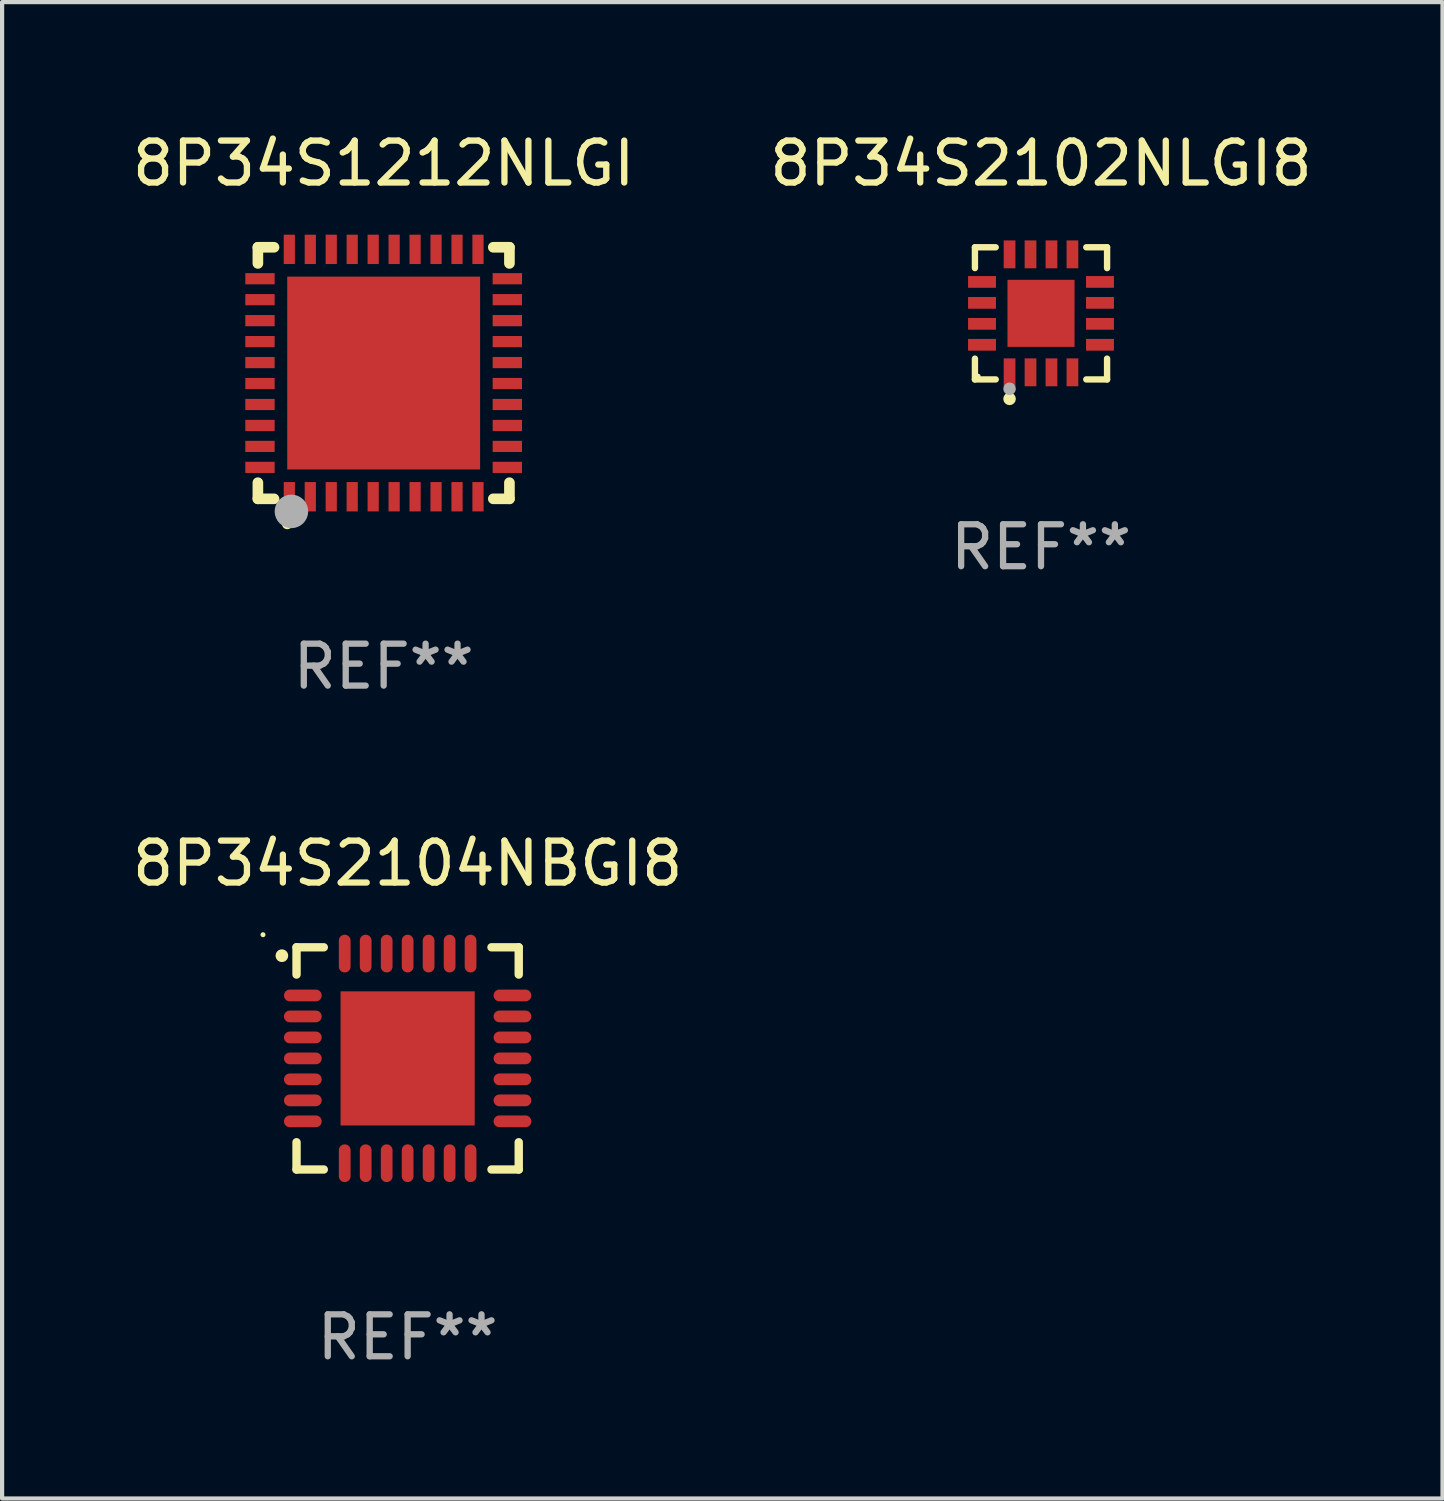
<source format=kicad_pcb>
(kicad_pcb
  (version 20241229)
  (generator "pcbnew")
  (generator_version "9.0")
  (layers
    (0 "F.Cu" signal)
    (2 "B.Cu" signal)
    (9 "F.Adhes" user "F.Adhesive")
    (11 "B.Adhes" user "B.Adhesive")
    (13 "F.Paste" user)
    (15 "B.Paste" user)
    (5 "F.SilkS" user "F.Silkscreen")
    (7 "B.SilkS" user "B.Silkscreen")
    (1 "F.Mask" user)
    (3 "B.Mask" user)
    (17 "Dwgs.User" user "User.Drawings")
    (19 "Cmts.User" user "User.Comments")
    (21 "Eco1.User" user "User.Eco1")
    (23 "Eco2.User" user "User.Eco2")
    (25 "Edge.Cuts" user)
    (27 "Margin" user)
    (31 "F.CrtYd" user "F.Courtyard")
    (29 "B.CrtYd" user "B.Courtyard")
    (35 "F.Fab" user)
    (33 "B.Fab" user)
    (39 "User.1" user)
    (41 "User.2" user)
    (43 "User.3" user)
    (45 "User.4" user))
  (footprint "8P34S1212NLGI"
    (layer "F.Cu")
    (at 6.101 5.848)
    (property "Reference" "8P34S1212NLGI" (at 0 -5 0) (layer "F.SilkS") (effects (font (size 1 1) (thickness 0.15))))
    (attr through_hole)
    (fp_line (start -3 -3) (end -2.615 -3) (stroke (width 0.254) (type solid)) (layer "F.SilkS"))
    (fp_line (start -3 -2.615) (end -3 -3) (stroke (width 0.254) (type solid)) (layer "F.SilkS"))
    (fp_line (start -3 3) (end -3 2.615) (stroke (width 0.254) (type solid)) (layer "F.SilkS"))
    (fp_line (start -2.615 3) (end -3 3) (stroke (width 0.254) (type solid)) (layer "F.SilkS"))
    (fp_line (start 2.615 -3) (end 3 -3) (stroke (width 0.254) (type solid)) (layer "F.SilkS"))
    (fp_line (start 3 -3) (end 3 -2.615) (stroke (width 0.254) (type solid)) (layer "F.SilkS"))
    (fp_line (start 3 2.615) (end 3 3) (stroke (width 0.254) (type solid)) (layer "F.SilkS"))
    (fp_line (start 3 3) (end 2.615 3) (stroke (width 0.254) (type solid)) (layer "F.SilkS"))
    (fp_arc (start -2.3 3.6) (mid -2.29873 3.599994) (end -2.29746 3.6) (stroke (width 0.24892) (type solid)) (layer "F.SilkS"))
    (fp_circle (center -3 3) (end -2.97 3) (stroke (width 0.06) (type solid)) (fill no) (layer "F.SilkS"))
    (fp_circle (center -2.2 3.3) (end -2 3.3) (stroke (width 0.4) (type solid)) (fill no) (layer "F.Fab"))
    (fp_text user "REF**" (at 0 7 0) (layer "F.Fab") (effects (font (size 1 1) (thickness 0.15))))
    (pad "1" smd rect (at -2.25 2.95) (size 0.267 0.7) (layers "F.Cu" "F.Mask" "F.Paste"))
    (pad "2" smd rect (at -1.75 2.95) (size 0.267 0.7) (layers "F.Cu" "F.Mask" "F.Paste"))
    (pad "3" smd rect (at -1.25 2.95) (size 0.267 0.7) (layers "F.Cu" "F.Mask" "F.Paste"))
    (pad "4" smd rect (at -0.75 2.95) (size 0.267 0.7) (layers "F.Cu" "F.Mask" "F.Paste"))
    (pad "5" smd rect (at -0.25 2.95) (size 0.267 0.7) (layers "F.Cu" "F.Mask" "F.Paste"))
    (pad "6" smd rect (at 0.25 2.95) (size 0.267 0.7) (layers "F.Cu" "F.Mask" "F.Paste"))
    (pad "7" smd rect (at 0.75 2.95) (size 0.267 0.7) (layers "F.Cu" "F.Mask" "F.Paste"))
    (pad "8" smd rect (at 1.25 2.95) (size 0.267 0.7) (layers "F.Cu" "F.Mask" "F.Paste"))
    (pad "9" smd rect (at 1.75 2.95) (size 0.267 0.7) (layers "F.Cu" "F.Mask" "F.Paste"))
    (pad "10" smd rect (at 2.25 2.95) (size 0.267 0.7) (layers "F.Cu" "F.Mask" "F.Paste"))
    (pad "11" smd rect (at 2.95 2.25) (size 0.7 0.267) (layers "F.Cu" "F.Mask" "F.Paste"))
    (pad "12" smd rect (at 2.95 1.75) (size 0.7 0.267) (layers "F.Cu" "F.Mask" "F.Paste"))
    (pad "13" smd rect (at 2.95 1.25) (size 0.7 0.267) (layers "F.Cu" "F.Mask" "F.Paste"))
    (pad "14" smd rect (at 2.95 0.75) (size 0.7 0.267) (layers "F.Cu" "F.Mask" "F.Paste"))
    (pad "15" smd rect (at 2.95 0.25) (size 0.7 0.267) (layers "F.Cu" "F.Mask" "F.Paste"))
    (pad "16" smd rect (at 2.95 -0.25) (size 0.7 0.267) (layers "F.Cu" "F.Mask" "F.Paste"))
    (pad "17" smd rect (at 2.95 -0.75) (size 0.7 0.267) (layers "F.Cu" "F.Mask" "F.Paste"))
    (pad "18" smd rect (at 2.95 -1.25) (size 0.7 0.267) (layers "F.Cu" "F.Mask" "F.Paste"))
    (pad "19" smd rect (at 2.95 -1.75) (size 0.7 0.267) (layers "F.Cu" "F.Mask" "F.Paste"))
    (pad "20" smd rect (at 2.95 -2.25) (size 0.7 0.267) (layers "F.Cu" "F.Mask" "F.Paste"))
    (pad "21" smd rect (at 2.25 -2.95) (size 0.267 0.7) (layers "F.Cu" "F.Mask" "F.Paste"))
    (pad "22" smd rect (at 1.75 -2.95) (size 0.267 0.7) (layers "F.Cu" "F.Mask" "F.Paste"))
    (pad "23" smd rect (at 1.25 -2.95) (size 0.267 0.7) (layers "F.Cu" "F.Mask" "F.Paste"))
    (pad "24" smd rect (at 0.75 -2.95) (size 0.267 0.7) (layers "F.Cu" "F.Mask" "F.Paste"))
    (pad "25" smd rect (at 0.25 -2.95) (size 0.267 0.7) (layers "F.Cu" "F.Mask" "F.Paste"))
    (pad "26" smd rect (at -0.25 -2.95) (size 0.267 0.7) (layers "F.Cu" "F.Mask" "F.Paste"))
    (pad "27" smd rect (at -0.75 -2.95) (size 0.267 0.7) (layers "F.Cu" "F.Mask" "F.Paste"))
    (pad "28" smd rect (at -1.25 -2.95) (size 0.267 0.7) (layers "F.Cu" "F.Mask" "F.Paste"))
    (pad "29" smd rect (at -1.75 -2.95) (size 0.267 0.7) (layers "F.Cu" "F.Mask" "F.Paste"))
    (pad "30" smd rect (at -2.25 -2.95) (size 0.267 0.7) (layers "F.Cu" "F.Mask" "F.Paste"))
    (pad "31" smd rect (at -2.95 -2.25) (size 0.7 0.267) (layers "F.Cu" "F.Mask" "F.Paste"))
    (pad "32" smd rect (at -2.95 -1.75) (size 0.7 0.267) (layers "F.Cu" "F.Mask" "F.Paste"))
    (pad "33" smd rect (at -2.95 -1.25) (size 0.7 0.267) (layers "F.Cu" "F.Mask" "F.Paste"))
    (pad "34" smd rect (at -2.95 -0.75) (size 0.7 0.267) (layers "F.Cu" "F.Mask" "F.Paste"))
    (pad "35" smd rect (at -2.95 -0.25) (size 0.7 0.267) (layers "F.Cu" "F.Mask" "F.Paste"))
    (pad "36" smd rect (at -2.95 0.25) (size 0.7 0.267) (layers "F.Cu" "F.Mask" "F.Paste"))
    (pad "37" smd rect (at -2.95 0.75) (size 0.7 0.267) (layers "F.Cu" "F.Mask" "F.Paste"))
    (pad "38" smd rect (at -2.95 1.25) (size 0.7 0.267) (layers "F.Cu" "F.Mask" "F.Paste"))
    (pad "39" smd rect (at -2.95 1.75) (size 0.7 0.267) (layers "F.Cu" "F.Mask" "F.Paste"))
    (pad "40" smd rect (at -2.95 2.25) (size 0.7 0.267) (layers "F.Cu" "F.Mask" "F.Paste"))
    (pad "41" smd rect (at 0.000102 0.000102) (size 4.6 4.6) (layers "F.Cu" "F.Mask" "F.Paste")))
  (footprint "8P34S2102NLGI8"
    (layer "F.Cu")
    (at 21.78 4.424)
    (property "Reference" "8P34S2102NLGI8" (at 0 -3.576 0) (layer "F.SilkS") (effects (font (size 1 1) (thickness 0.15))))
    (attr through_hole)
    (fp_line (start -1.576 -1.576) (end -1.08 -1.576) (stroke (width 0.152) (type solid)) (layer "F.SilkS"))
    (fp_line (start -1.576 -1.08) (end -1.576 -1.576) (stroke (width 0.152) (type solid)) (layer "F.SilkS"))
    (fp_line (start -1.576 1.08) (end -1.576 1.576) (stroke (width 0.152) (type solid)) (layer "F.SilkS"))
    (fp_line (start -1.576 1.576) (end -1.08 1.576) (stroke (width 0.152) (type solid)) (layer "F.SilkS"))
    (fp_line (start 1.576 -1.576) (end 1.08 -1.576) (stroke (width 0.152) (type solid)) (layer "F.SilkS"))
    (fp_line (start 1.576 -1.08) (end 1.576 -1.576) (stroke (width 0.152) (type solid)) (layer "F.SilkS"))
    (fp_line (start 1.576 1.08) (end 1.576 1.576) (stroke (width 0.152) (type solid)) (layer "F.SilkS"))
    (fp_line (start 1.576 1.576) (end 1.08 1.576) (stroke (width 0.152) (type solid)) (layer "F.SilkS"))
    (fp_circle (center -1.5 1.5) (end -1.47 1.5) (stroke (width 0.06) (type solid)) (fill no) (layer "F.SilkS"))
    (fp_circle (center -0.75 2.04) (end -0.675 2.04) (stroke (width 0.15) (type solid)) (fill no) (layer "F.SilkS"))
    (fp_circle (center -0.75 1.8) (end -0.675 1.8) (stroke (width 0.15) (type solid)) (fill no) (layer "F.Fab"))
    (fp_text user "REF**" (at 0 5.576 0) (layer "F.Fab") (effects (font (size 1 1) (thickness 0.15))))
    (pad "1" smd rect (at -0.75 1.407) (size 0.28 0.665) (layers "F.Cu" "F.Mask" "F.Paste"))
    (pad "2" smd rect (at -0.25 1.407) (size 0.28 0.665) (layers "F.Cu" "F.Mask" "F.Paste"))
    (pad "3" smd rect (at 0.25 1.407) (size 0.28 0.665) (layers "F.Cu" "F.Mask" "F.Paste"))
    (pad "4" smd rect (at 0.75 1.407) (size 0.28 0.665) (layers "F.Cu" "F.Mask" "F.Paste"))
    (pad "5" smd rect (at 1.407 0.75) (size 0.665 0.28) (layers "F.Cu" "F.Mask" "F.Paste"))
    (pad "6" smd rect (at 1.407 0.25) (size 0.665 0.28) (layers "F.Cu" "F.Mask" "F.Paste"))
    (pad "7" smd rect (at 1.407 -0.25) (size 0.665 0.28) (layers "F.Cu" "F.Mask" "F.Paste"))
    (pad "8" smd rect (at 1.407 -0.75) (size 0.665 0.28) (layers "F.Cu" "F.Mask" "F.Paste"))
    (pad "9" smd rect (at 0.75 -1.407) (size 0.28 0.665) (layers "F.Cu" "F.Mask" "F.Paste"))
    (pad "10" smd rect (at 0.25 -1.407) (size 0.28 0.665) (layers "F.Cu" "F.Mask" "F.Paste"))
    (pad "11" smd rect (at -0.25 -1.407) (size 0.28 0.665) (layers "F.Cu" "F.Mask" "F.Paste"))
    (pad "12" smd rect (at -0.75 -1.407) (size 0.28 0.665) (layers "F.Cu" "F.Mask" "F.Paste"))
    (pad "13" smd rect (at -1.407 -0.75) (size 0.665 0.28) (layers "F.Cu" "F.Mask" "F.Paste"))
    (pad "14" smd rect (at -1.407 -0.25) (size 0.665 0.28) (layers "F.Cu" "F.Mask" "F.Paste"))
    (pad "15" smd rect (at -1.407 0.25) (size 0.665 0.28) (layers "F.Cu" "F.Mask" "F.Paste"))
    (pad "16" smd rect (at -1.407 0.75) (size 0.665 0.28) (layers "F.Cu" "F.Mask" "F.Paste"))
    (pad "17" smd rect (at 0 0) (size 1.6 1.6) (layers "F.Cu" "F.Mask" "F.Paste")))
  (footprint "8P34S2104NBGI8"
    (layer "F.Cu")
    (at 6.673 22.195)
    (property "Reference" "8P34S2104NBGI8" (at 0 -4.65 0) (layer "F.SilkS") (effects (font (size 1 1) (thickness 0.15))))
    (attr through_hole)
    (fp_line (start -2.65 -2.65) (end -2 -2.65) (stroke (width 0.2) (type solid)) (layer "F.SilkS"))
    (fp_line (start -2.65 -2) (end -2.65 -2.65) (stroke (width 0.2) (type solid)) (layer "F.SilkS"))
    (fp_line (start -2.65 2) (end -2.65 2.65) (stroke (width 0.2) (type solid)) (layer "F.SilkS"))
    (fp_line (start -2.65 2.65) (end -2 2.65) (stroke (width 0.2) (type solid)) (layer "F.SilkS"))
    (fp_line (start 2 2.65) (end 2.65 2.65) (stroke (width 0.2) (type solid)) (layer "F.SilkS"))
    (fp_line (start 2.65 -2.65) (end 2 -2.65) (stroke (width 0.2) (type solid)) (layer "F.SilkS"))
    (fp_line (start 2.65 -2) (end 2.65 -2.65) (stroke (width 0.2) (type solid)) (layer "F.SilkS"))
    (fp_line (start 2.65 2.65) (end 2.65 2) (stroke (width 0.2) (type solid)) (layer "F.SilkS"))
    (fp_arc (start -2.999746 -2.448565) (mid -2.999751 -2.449835) (end -2.999746 -2.451105) (stroke (width 0.3) (type solid)) (layer "F.SilkS"))
    (fp_circle (center -3.45 -2.95) (end -3.42 -2.95) (stroke (width 0.06) (type solid)) (fill no) (layer "F.SilkS"))
    (fp_text user "REF**" (at 0 6.65 0) (layer "F.Fab") (effects (font (size 1 1) (thickness 0.15))))
    (pad "1" smd oval (at -2.5 -1.501 90) (size 0.28 0.9) (layers "F.Cu" "F.Mask" "F.Paste"))
    (pad "2" smd oval (at -2.5 -1.001 90) (size 0.28 0.9) (layers "F.Cu" "F.Mask" "F.Paste"))
    (pad "3" smd oval (at -2.5 -0.5 90) (size 0.28 0.9) (layers "F.Cu" "F.Mask" "F.Paste"))
    (pad "4" smd oval (at -2.5 0.000076 90) (size 0.28 0.9) (layers "F.Cu" "F.Mask" "F.Paste"))
    (pad "5" smd oval (at -2.5 0.5 90) (size 0.28 0.9) (layers "F.Cu" "F.Mask" "F.Paste"))
    (pad "6" smd oval (at -2.5 1.001 90) (size 0.28 0.9) (layers "F.Cu" "F.Mask" "F.Paste"))
    (pad "7" smd oval (at -2.5 1.501 90) (size 0.28 0.9) (layers "F.Cu" "F.Mask" "F.Paste"))
    (pad "8" smd oval (at -1.501 2.5) (size 0.28 0.9) (layers "F.Cu" "F.Mask" "F.Paste"))
    (pad "9" smd oval (at -1.001 2.5) (size 0.28 0.9) (layers "F.Cu" "F.Mask" "F.Paste"))
    (pad "10" smd oval (at -0.5 2.5) (size 0.28 0.9) (layers "F.Cu" "F.Mask" "F.Paste"))
    (pad "11" smd oval (at -0.000076 2.5) (size 0.28 0.9) (layers "F.Cu" "F.Mask" "F.Paste"))
    (pad "12" smd oval (at 0.5 2.5) (size 0.28 0.9) (layers "F.Cu" "F.Mask" "F.Paste"))
    (pad "13" smd oval (at 1.001 2.5) (size 0.28 0.9) (layers "F.Cu" "F.Mask" "F.Paste"))
    (pad "14" smd oval (at 1.501 2.5) (size 0.28 0.9) (layers "F.Cu" "F.Mask" "F.Paste"))
    (pad "15" smd oval (at 2.5 1.501 90) (size 0.28 0.9) (layers "F.Cu" "F.Mask" "F.Paste"))
    (pad "16" smd oval (at 2.5 1.001 90) (size 0.28 0.9) (layers "F.Cu" "F.Mask" "F.Paste"))
    (pad "17" smd oval (at 2.5 0.5 90) (size 0.28 0.9) (layers "F.Cu" "F.Mask" "F.Paste"))
    (pad "18" smd oval (at 2.5 0.000076 90) (size 0.28 0.9) (layers "F.Cu" "F.Mask" "F.Paste"))
    (pad "19" smd oval (at 2.5 -0.5 90) (size 0.28 0.9) (layers "F.Cu" "F.Mask" "F.Paste"))
    (pad "20" smd oval (at 2.5 -1.001 90) (size 0.28 0.9) (layers "F.Cu" "F.Mask" "F.Paste"))
    (pad "21" smd oval (at 2.5 -1.501 90) (size 0.28 0.9) (layers "F.Cu" "F.Mask" "F.Paste"))
    (pad "22" smd oval (at 1.501 -2.5) (size 0.28 0.9) (layers "F.Cu" "F.Mask" "F.Paste"))
    (pad "23" smd oval (at 1.001 -2.5) (size 0.28 0.9) (layers "F.Cu" "F.Mask" "F.Paste"))
    (pad "24" smd oval (at 0.5 -2.5) (size 0.28 0.9) (layers "F.Cu" "F.Mask" "F.Paste"))
    (pad "25" smd oval (at -0.000076 -2.5) (size 0.28 0.9) (layers "F.Cu" "F.Mask" "F.Paste"))
    (pad "26" smd oval (at -0.5 -2.5) (size 0.28 0.9) (layers "F.Cu" "F.Mask" "F.Paste"))
    (pad "27" smd oval (at -1.001 -2.5) (size 0.28 0.9) (layers "F.Cu" "F.Mask" "F.Paste"))
    (pad "28" smd oval (at -1.501 -2.5) (size 0.28 0.9) (layers "F.Cu" "F.Mask" "F.Paste"))
    (pad "29" smd rect (at -0.000076 0.000076) (size 3.2 3.2) (layers "F.Cu" "F.Mask" "F.Paste")))
  (gr_rect
    (start -3 -3)
    (end 31.357 32.693)
    (stroke (width 0.1) (type default))
    (fill no)
    (layer "Edge.Cuts")))
</source>
